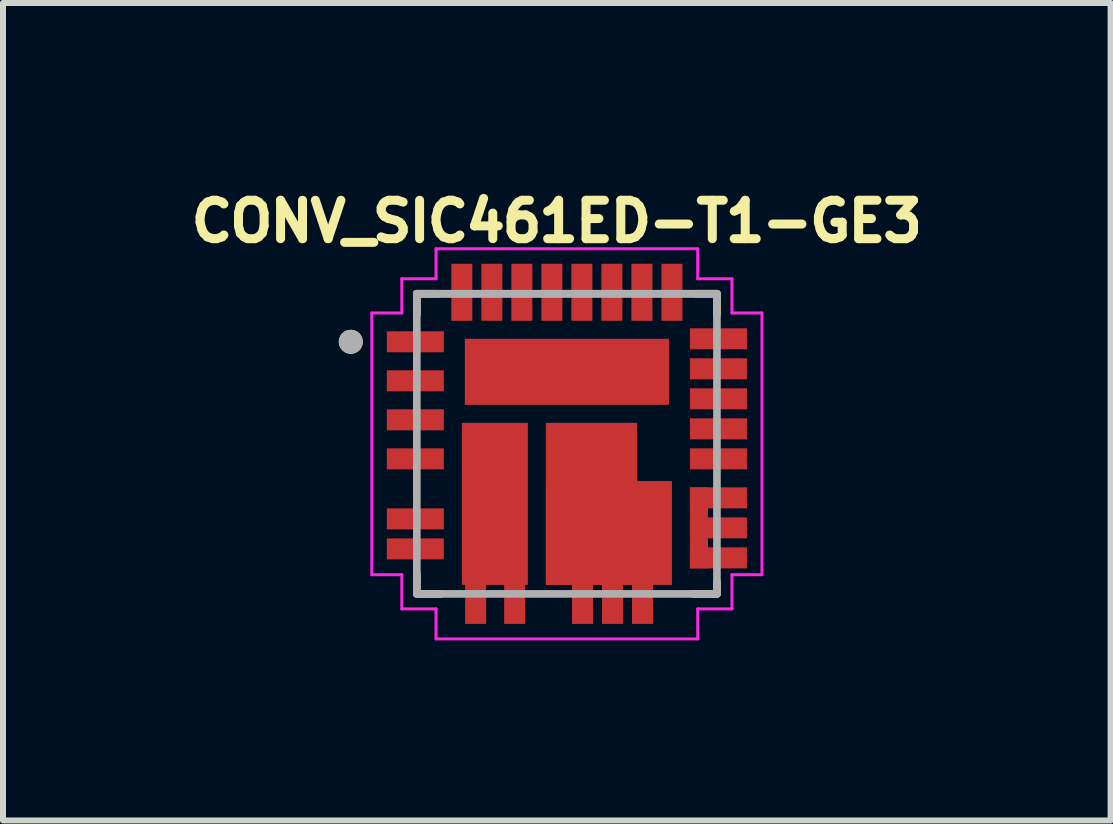
<source format=kicad_pcb>
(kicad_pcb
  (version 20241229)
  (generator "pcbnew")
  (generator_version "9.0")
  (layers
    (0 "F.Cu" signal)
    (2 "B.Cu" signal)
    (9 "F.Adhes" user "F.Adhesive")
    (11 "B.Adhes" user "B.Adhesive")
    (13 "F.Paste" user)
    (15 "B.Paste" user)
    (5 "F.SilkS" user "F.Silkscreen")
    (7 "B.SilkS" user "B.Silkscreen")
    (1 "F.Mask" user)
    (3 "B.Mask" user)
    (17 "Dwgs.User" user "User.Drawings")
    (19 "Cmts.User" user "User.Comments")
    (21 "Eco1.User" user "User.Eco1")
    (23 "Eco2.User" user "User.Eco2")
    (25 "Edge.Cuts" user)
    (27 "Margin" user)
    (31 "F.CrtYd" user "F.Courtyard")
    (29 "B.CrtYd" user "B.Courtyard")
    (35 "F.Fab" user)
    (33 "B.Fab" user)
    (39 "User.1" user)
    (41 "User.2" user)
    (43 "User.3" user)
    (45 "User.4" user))
  (footprint "CONV_SIC461ED-T1-GE3"
    (layer "F.Cu")
    (at 6.394 4.344)
    (property "Reference" "CONV_SIC461ED-T1-GE3" (at -0.168 -3.706 0) (layer "F.SilkS") (effects (font (size 0.64 0.64) (thickness 0.15))))
    (attr smd)
    (fp_line (start -2.5 -2.5) (end -2.15 -2.5) (stroke (width 0.127) (type solid)) (layer "F.SilkS"))
    (fp_line (start -2.5 -2.15) (end -2.5 -2.5) (stroke (width 0.127) (type solid)) (layer "F.SilkS"))
    (fp_line (start -2.5 2.5) (end -2.5 2.15) (stroke (width 0.127) (type solid)) (layer "F.SilkS"))
    (fp_line (start -2.1 2.5) (end -2.5 2.5) (stroke (width 0.127) (type solid)) (layer "F.SilkS"))
    (fp_line (start 2.15 -2.5) (end 2.5 -2.5) (stroke (width 0.127) (type solid)) (layer "F.SilkS"))
    (fp_line (start 2.5 -2.5) (end 2.5 -2.15) (stroke (width 0.127) (type solid)) (layer "F.SilkS"))
    (fp_line (start 2.5 2.3) (end 2.5 2.5) (stroke (width 0.127) (type solid)) (layer "F.SilkS"))
    (fp_line (start 2.5 2.5) (end 2.1 2.5) (stroke (width 0.127) (type solid)) (layer "F.SilkS"))
    (fp_circle (center -3.6 -1.7) (end -3.5 -1.7) (stroke (width 0.2) (type solid)) (fill no) (layer "F.SilkS"))
    (fp_line (start -3.25 -2.18) (end -2.75 -2.18) (stroke (width 0.05) (type solid)) (layer "F.CrtYd"))
    (fp_line (start -3.25 2.18) (end -3.25 -2.18) (stroke (width 0.05) (type solid)) (layer "F.CrtYd"))
    (fp_line (start -2.75 -2.75) (end -2.18 -2.75) (stroke (width 0.05) (type solid)) (layer "F.CrtYd"))
    (fp_line (start -2.75 -2.18) (end -2.75 -2.75) (stroke (width 0.05) (type solid)) (layer "F.CrtYd"))
    (fp_line (start -2.75 2.18) (end -3.25 2.18) (stroke (width 0.05) (type solid)) (layer "F.CrtYd"))
    (fp_line (start -2.75 2.75) (end -2.75 2.18) (stroke (width 0.05) (type solid)) (layer "F.CrtYd"))
    (fp_line (start -2.18 -3.25) (end 2.18 -3.25) (stroke (width 0.05) (type solid)) (layer "F.CrtYd"))
    (fp_line (start -2.18 -2.75) (end -2.18 -3.25) (stroke (width 0.05) (type solid)) (layer "F.CrtYd"))
    (fp_line (start -2.18 2.75) (end -2.75 2.75) (stroke (width 0.05) (type solid)) (layer "F.CrtYd"))
    (fp_line (start -2.18 3.25) (end -2.18 2.75) (stroke (width 0.05) (type solid)) (layer "F.CrtYd"))
    (fp_line (start 2.18 -3.25) (end 2.18 -2.75) (stroke (width 0.05) (type solid)) (layer "F.CrtYd"))
    (fp_line (start 2.18 -2.75) (end 2.75 -2.75) (stroke (width 0.05) (type solid)) (layer "F.CrtYd"))
    (fp_line (start 2.18 2.75) (end 2.18 3.25) (stroke (width 0.05) (type solid)) (layer "F.CrtYd"))
    (fp_line (start 2.18 3.25) (end -2.18 3.25) (stroke (width 0.05) (type solid)) (layer "F.CrtYd"))
    (fp_line (start 2.75 -2.75) (end 2.75 -2.18) (stroke (width 0.05) (type solid)) (layer "F.CrtYd"))
    (fp_line (start 2.75 -2.18) (end 3.25 -2.18) (stroke (width 0.05) (type solid)) (layer "F.CrtYd"))
    (fp_line (start 2.75 2.18) (end 2.75 2.75) (stroke (width 0.05) (type solid)) (layer "F.CrtYd"))
    (fp_line (start 2.75 2.75) (end 2.18 2.75) (stroke (width 0.05) (type solid)) (layer "F.CrtYd"))
    (fp_line (start 3.25 -2.18) (end 3.25 2.18) (stroke (width 0.05) (type solid)) (layer "F.CrtYd"))
    (fp_line (start 3.25 2.18) (end 2.75 2.18) (stroke (width 0.05) (type solid)) (layer "F.CrtYd"))
    (fp_line (start -2.5 -2.5) (end 2.5 -2.5) (stroke (width 0.127) (type solid)) (layer "F.Fab"))
    (fp_line (start -2.5 -2.5) (end 2.5 -2.5) (stroke (width 0.127) (type solid)) (layer "F.Fab"))
    (fp_line (start -2.5 2.5) (end -2.5 -2.5) (stroke (width 0.127) (type solid)) (layer "F.Fab"))
    (fp_line (start 2.5 -2.5) (end 2.5 2.5) (stroke (width 0.127) (type solid)) (layer "F.Fab"))
    (fp_line (start 2.5 2.5) (end -2.5 2.5) (stroke (width 0.127) (type solid)) (layer "F.Fab"))
    (fp_circle (center -3.6 -1.7) (end -3.5 -1.7) (stroke (width 0.2) (type solid)) (fill no) (layer "F.Fab"))
    (pad "1" smd rect (at -2.525 -1.7) (size 0.95 0.35) (layers "F.Cu" "F.Mask" "F.Paste"))
    (pad "2" smd rect (at -2.525 -1.05) (size 0.95 0.35) (layers "F.Cu" "F.Mask" "F.Paste"))
    (pad "3" smd rect (at -2.525 -0.4) (size 0.95 0.35) (layers "F.Cu" "F.Mask" "F.Paste"))
    (pad "4" smd rect (at -2.525 0.25) (size 0.95 0.35) (layers "F.Cu" "F.Mask" "F.Paste"))
    (pad "5" smd rect (at -2.525 1.25) (size 0.95 0.35) (layers "F.Cu" "F.Mask" "F.Paste"))
    (pad "6" smd rect (at -2.525 1.75) (size 0.95 0.35) (layers "F.Cu" "F.Mask" "F.Paste"))
    (pad "7" smd rect (at -1.52 2.525 90) (size 0.95 0.35) (layers "F.Cu" "F.Mask" "F.Paste"))
    (pad "8" smd rect (at -0.87 2.525 90) (size 0.95 0.35) (layers "F.Cu" "F.Mask" "F.Paste"))
    (pad "9" smd rect (at 0.26 2.525 90) (size 0.95 0.35) (layers "F.Cu" "F.Mask" "F.Paste"))
    (pad "10" smd rect (at 0.76 2.525 90) (size 0.95 0.35) (layers "F.Cu" "F.Mask" "F.Paste"))
    (pad "11" smd rect (at 1.26 2.525 90) (size 0.95 0.35) (layers "F.Cu" "F.Mask" "F.Paste"))
    (pad "12" smd rect (at 2.525 1.9 180) (size 0.95 0.35) (layers "F.Cu" "F.Mask" "F.Paste"))
    (pad "13" smd rect (at 2.525 1.4 180) (size 0.95 0.35) (layers "F.Cu" "F.Mask" "F.Paste"))
    (pad "14" smd rect (at 2.525 0.9 180) (size 0.95 0.35) (layers "F.Cu" "F.Mask" "F.Paste"))
    (pad "14.1" smd rect (at 2.2 1.4 270) (size 1.35 0.3) (layers "F.Cu" "F.Mask" "F.Paste"))
    (pad "15" smd rect (at 2.525 0.25 180) (size 0.95 0.35) (layers "F.Cu" "F.Mask" "F.Paste"))
    (pad "16" smd rect (at 2.525 -0.25 180) (size 0.95 0.35) (layers "F.Cu" "F.Mask" "F.Paste"))
    (pad "17" smd rect (at 2.525 -0.75 180) (size 0.95 0.35) (layers "F.Cu" "F.Mask" "F.Paste"))
    (pad "18" smd rect (at 2.525 -1.25 180) (size 0.95 0.35) (layers "F.Cu" "F.Mask" "F.Paste"))
    (pad "19" smd rect (at 2.525 -1.75 180) (size 0.95 0.35) (layers "F.Cu" "F.Mask" "F.Paste"))
    (pad "20" smd rect (at 1.75 -2.525 270) (size 0.95 0.35) (layers "F.Cu" "F.Mask" "F.Paste"))
    (pad "21" smd rect (at 1.25 -2.525 270) (size 0.95 0.35) (layers "F.Cu" "F.Mask" "F.Paste"))
    (pad "22" smd rect (at 0.75 -2.525 270) (size 0.95 0.35) (layers "F.Cu" "F.Mask" "F.Paste"))
    (pad "23" smd rect (at 0.25 -2.525 270) (size 0.95 0.35) (layers "F.Cu" "F.Mask" "F.Paste"))
    (pad "24" smd rect (at -0.25 -2.525 270) (size 0.95 0.35) (layers "F.Cu" "F.Mask" "F.Paste"))
    (pad "25" smd rect (at -0.75 -2.525 270) (size 0.95 0.35) (layers "F.Cu" "F.Mask" "F.Paste"))
    (pad "26" smd rect (at -1.25 -2.525 270) (size 0.95 0.35) (layers "F.Cu" "F.Mask" "F.Paste"))
    (pad "27" smd rect (at -1.75 -2.525 270) (size 0.95 0.35) (layers "F.Cu" "F.Mask" "F.Paste"))
    (pad "28" smd rect (at 0 -1.2) (size 3.4 1.1) (layers "F.Cu" "F.Mask" "F.Paste"))
    (pad "29" smd rect (at -1.2 1 90) (size 2.7 1.1) (layers "F.Cu" "F.Mask" "F.Paste"))
    (pad "30.1" smd rect (at 0.41 1 90) (size 2.7 1.52) (layers "F.Cu" "F.Mask" "F.Paste"))
    (pad "30.2" smd rect (at 0.7 1.485 180) (size 2.1 1.73) (layers "F.Cu" "F.Mask" "F.Paste")))
  (gr_rect
    (start -3 -3)
    (end 15.452 10.619)
    (stroke (width 0.1) (type default))
    (fill no)
    (layer "Edge.Cuts")))
</source>
